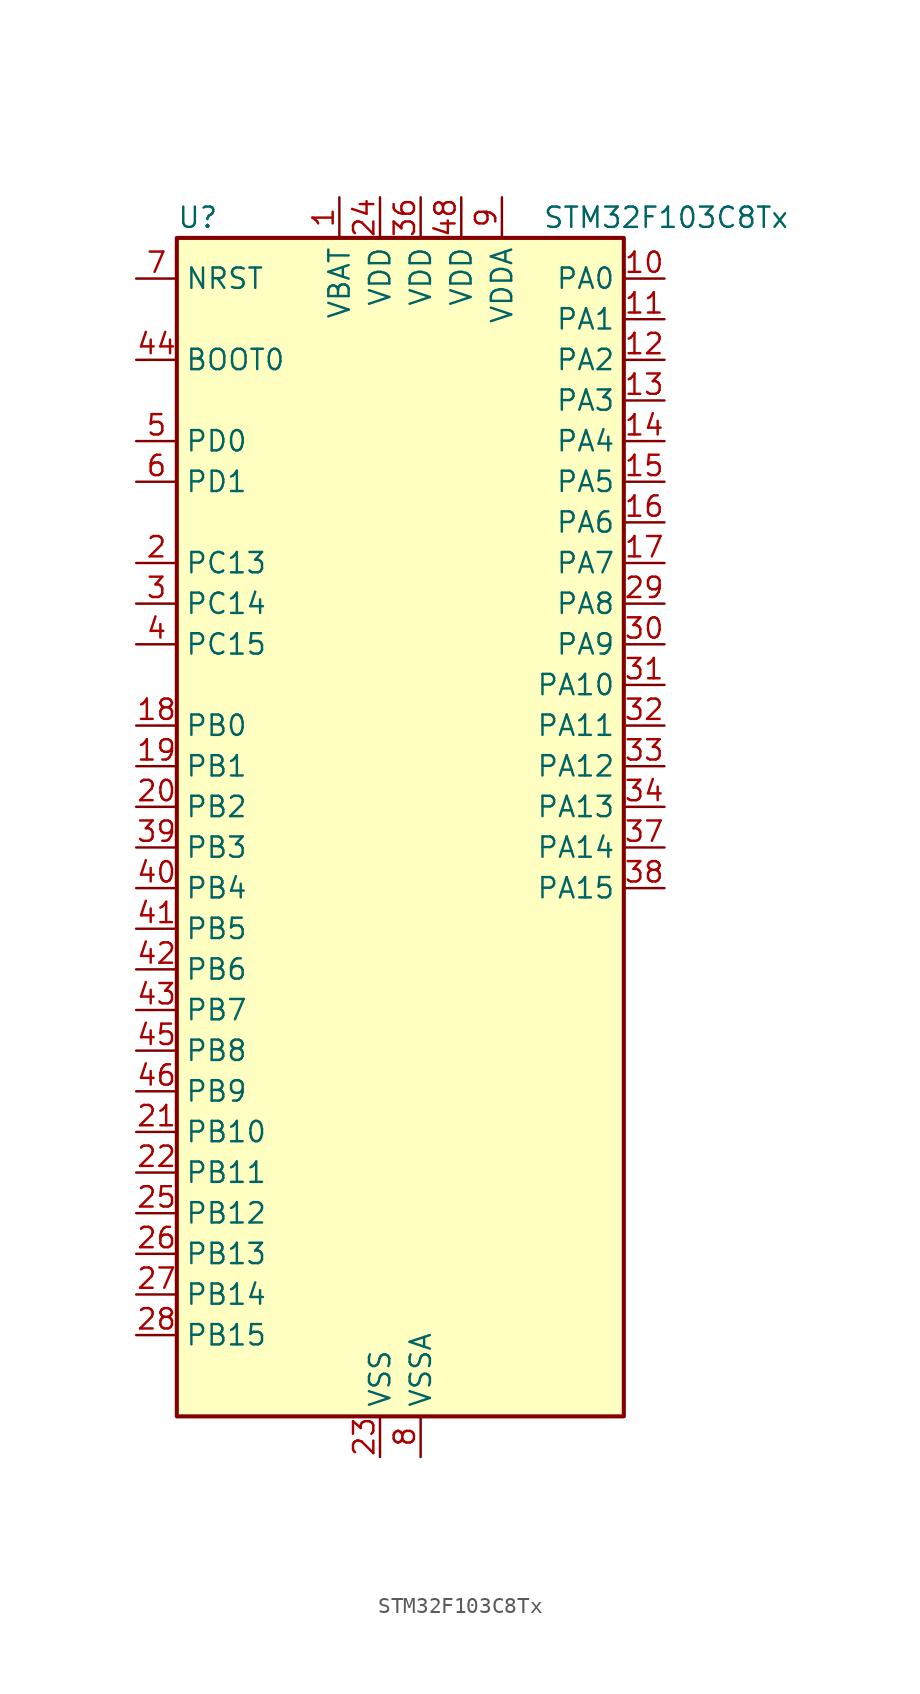
<source format=kicad_sym>
(kicad_symbol_lib
  (version 20231120)
  (generator "kicad_symbol_editor")
  (generator_version "8.0")
  (symbol "STM32F103C8Tx"
    (property "Reference" "U"
      (at -12.7 39.37 0)
      (effects (font (size 1.27 1.27)) (justify left)))
    (property "Value" "STM32F103C8Tx"
      (at 10.16 39.37 0)
      (effects (font (size 1.27 1.27)) (justify left)))
    (property "ki_locked" ""
      (at 0 0 0)
      (effects (font (size 1.27 1.27))))
    (symbol "STM32F103C8Tx_0_1"
      (rectangle (start -12.7 -35.56) (end 15.24 38.1) (stroke (width 0.254) (type default)) (fill (type background))))
    (symbol "STM32F103C8Tx_1_1"
      (pin power_in line (at -2.54 40.64 270) (length 2.54) (name "VBAT" (effects (font (size 1.27 1.27)))) (number "1" (effects (font (size 1.27 1.27)))))
      (pin bidirectional line (at 17.78 35.56 180) (length 2.54) (name "PA0" (effects (font (size 1.27 1.27)))) (number "10" (effects (font (size 1.27 1.27)))) (alternate "ADC1_IN0" bidirectional line) (alternate "ADC2_IN0" bidirectional line) (alternate "SYS_WKUP" bidirectional line) (alternate "TIM2_CH1" bidirectional line) (alternate "TIM2_ETR" bidirectional line) (alternate "USART2_CTS" bidirectional line))
      (pin bidirectional line (at 17.78 33.02 180) (length 2.54) (name "PA1" (effects (font (size 1.27 1.27)))) (number "11" (effects (font (size 1.27 1.27)))) (alternate "ADC1_IN1" bidirectional line) (alternate "ADC2_IN1" bidirectional line) (alternate "TIM2_CH2" bidirectional line) (alternate "USART2_RTS" bidirectional line))
      (pin bidirectional line (at 17.78 30.48 180) (length 2.54) (name "PA2" (effects (font (size 1.27 1.27)))) (number "12" (effects (font (size 1.27 1.27)))) (alternate "ADC1_IN2" bidirectional line) (alternate "ADC2_IN2" bidirectional line) (alternate "TIM2_CH3" bidirectional line) (alternate "USART2_TX" bidirectional line))
      (pin bidirectional line (at 17.78 27.94 180) (length 2.54) (name "PA3" (effects (font (size 1.27 1.27)))) (number "13" (effects (font (size 1.27 1.27)))) (alternate "ADC1_IN3" bidirectional line) (alternate "ADC2_IN3" bidirectional line) (alternate "TIM2_CH4" bidirectional line) (alternate "USART2_RX" bidirectional line))
      (pin bidirectional line (at 17.78 25.4 180) (length 2.54) (name "PA4" (effects (font (size 1.27 1.27)))) (number "14" (effects (font (size 1.27 1.27)))) (alternate "ADC1_IN4" bidirectional line) (alternate "ADC2_IN4" bidirectional line) (alternate "SPI1_NSS" bidirectional line) (alternate "USART2_CK" bidirectional line))
      (pin bidirectional line (at 17.78 22.86 180) (length 2.54) (name "PA5" (effects (font (size 1.27 1.27)))) (number "15" (effects (font (size 1.27 1.27)))) (alternate "ADC1_IN5" bidirectional line) (alternate "ADC2_IN5" bidirectional line) (alternate "SPI1_SCK" bidirectional line))
      (pin bidirectional line (at 17.78 20.32 180) (length 2.54) (name "PA6" (effects (font (size 1.27 1.27)))) (number "16" (effects (font (size 1.27 1.27)))) (alternate "ADC1_IN6" bidirectional line) (alternate "ADC2_IN6" bidirectional line) (alternate "SPI1_MISO" bidirectional line) (alternate "TIM1_BKIN" bidirectional line) (alternate "TIM3_CH1" bidirectional line))
      (pin bidirectional line (at 17.78 17.78 180) (length 2.54) (name "PA7" (effects (font (size 1.27 1.27)))) (number "17" (effects (font (size 1.27 1.27)))) (alternate "ADC1_IN7" bidirectional line) (alternate "ADC2_IN7" bidirectional line) (alternate "SPI1_MOSI" bidirectional line) (alternate "TIM1_CH1N" bidirectional line) (alternate "TIM3_CH2" bidirectional line))
      (pin bidirectional line (at -15.24 7.62 0) (length 2.54) (name "PB0" (effects (font (size 1.27 1.27)))) (number "18" (effects (font (size 1.27 1.27)))) (alternate "ADC1_IN8" bidirectional line) (alternate "ADC2_IN8" bidirectional line) (alternate "TIM1_CH2N" bidirectional line) (alternate "TIM3_CH3" bidirectional line))
      (pin bidirectional line (at -15.24 5.08 0) (length 2.54) (name "PB1" (effects (font (size 1.27 1.27)))) (number "19" (effects (font (size 1.27 1.27)))) (alternate "ADC1_IN9" bidirectional line) (alternate "ADC2_IN9" bidirectional line) (alternate "TIM1_CH3N" bidirectional line) (alternate "TIM3_CH4" bidirectional line))
      (pin bidirectional line (at -15.24 17.78 0) (length 2.54) (name "PC13" (effects (font (size 1.27 1.27)))) (number "2" (effects (font (size 1.27 1.27)))) (alternate "RTC_OUT" bidirectional line) (alternate "RTC_TAMPER" bidirectional line))
      (pin bidirectional line (at -15.24 2.54 0) (length 2.54) (name "PB2" (effects (font (size 1.27 1.27)))) (number "20" (effects (font (size 1.27 1.27)))))
      (pin bidirectional line (at -15.24 -17.78 0) (length 2.54) (name "PB10" (effects (font (size 1.27 1.27)))) (number "21" (effects (font (size 1.27 1.27)))) (alternate "I2C2_SCL" bidirectional line) (alternate "TIM2_CH3" bidirectional line) (alternate "USART3_TX" bidirectional line))
      (pin bidirectional line (at -15.24 -20.32 0) (length 2.54) (name "PB11" (effects (font (size 1.27 1.27)))) (number "22" (effects (font (size 1.27 1.27)))) (alternate "ADC1_EXTI11" bidirectional line) (alternate "ADC2_EXTI11" bidirectional line) (alternate "I2C2_SDA" bidirectional line) (alternate "TIM2_CH4" bidirectional line) (alternate "USART3_RX" bidirectional line))
      (pin power_in line (at 0 -38.1 90) (length 2.54) (name "VSS" (effects (font (size 1.27 1.27)))) (number "23" (effects (font (size 1.27 1.27)))))
      (pin power_in line (at 0 40.64 270) (length 2.54) (name "VDD" (effects (font (size 1.27 1.27)))) (number "24" (effects (font (size 1.27 1.27)))))
      (pin bidirectional line (at -15.24 -22.86 0) (length 2.54) (name "PB12" (effects (font (size 1.27 1.27)))) (number "25" (effects (font (size 1.27 1.27)))) (alternate "I2C2_SMBA" bidirectional line) (alternate "SPI2_NSS" bidirectional line) (alternate "TIM1_BKIN" bidirectional line) (alternate "USART3_CK" bidirectional line))
      (pin bidirectional line (at -15.24 -25.4 0) (length 2.54) (name "PB13" (effects (font (size 1.27 1.27)))) (number "26" (effects (font (size 1.27 1.27)))) (alternate "SPI2_SCK" bidirectional line) (alternate "TIM1_CH1N" bidirectional line) (alternate "USART3_CTS" bidirectional line))
      (pin bidirectional line (at -15.24 -27.94 0) (length 2.54) (name "PB14" (effects (font (size 1.27 1.27)))) (number "27" (effects (font (size 1.27 1.27)))) (alternate "SPI2_MISO" bidirectional line) (alternate "TIM1_CH2N" bidirectional line) (alternate "USART3_RTS" bidirectional line))
      (pin bidirectional line (at -15.24 -30.48 0) (length 2.54) (name "PB15" (effects (font (size 1.27 1.27)))) (number "28" (effects (font (size 1.27 1.27)))) (alternate "ADC1_EXTI15" bidirectional line) (alternate "ADC2_EXTI15" bidirectional line) (alternate "SPI2_MOSI" bidirectional line) (alternate "TIM1_CH3N" bidirectional line))
      (pin bidirectional line (at 17.78 15.24 180) (length 2.54) (name "PA8" (effects (font (size 1.27 1.27)))) (number "29" (effects (font (size 1.27 1.27)))) (alternate "RCC_MCO" bidirectional line) (alternate "TIM1_CH1" bidirectional line) (alternate "USART1_CK" bidirectional line))
      (pin bidirectional line (at -15.24 15.24 0) (length 2.54) (name "PC14" (effects (font (size 1.27 1.27)))) (number "3" (effects (font (size 1.27 1.27)))) (alternate "RCC_OSC32_IN" bidirectional line))
      (pin bidirectional line (at 17.78 12.7 180) (length 2.54) (name "PA9" (effects (font (size 1.27 1.27)))) (number "30" (effects (font (size 1.27 1.27)))) (alternate "TIM1_CH2" bidirectional line) (alternate "USART1_TX" bidirectional line))
      (pin bidirectional line (at 17.78 10.16 180) (length 2.54) (name "PA10" (effects (font (size 1.27 1.27)))) (number "31" (effects (font (size 1.27 1.27)))) (alternate "TIM1_CH3" bidirectional line) (alternate "USART1_RX" bidirectional line))
      (pin bidirectional line (at 17.78 7.62 180) (length 2.54) (name "PA11" (effects (font (size 1.27 1.27)))) (number "32" (effects (font (size 1.27 1.27)))) (alternate "ADC1_EXTI11" bidirectional line) (alternate "ADC2_EXTI11" bidirectional line) (alternate "CAN_RX" bidirectional line) (alternate "TIM1_CH4" bidirectional line) (alternate "USART1_CTS" bidirectional line) (alternate "USB_DM" bidirectional line))
      (pin bidirectional line (at 17.78 5.08 180) (length 2.54) (name "PA12" (effects (font (size 1.27 1.27)))) (number "33" (effects (font (size 1.27 1.27)))) (alternate "CAN_TX" bidirectional line) (alternate "TIM1_ETR" bidirectional line) (alternate "USART1_RTS" bidirectional line) (alternate "USB_DP" bidirectional line))
      (pin bidirectional line (at 17.78 2.54 180) (length 2.54) (name "PA13" (effects (font (size 1.27 1.27)))) (number "34" (effects (font (size 1.27 1.27)))) (alternate "SYS_JTMS-SWDIO" bidirectional line))
      (pin passive line (at 0 -38.1 90) (length 2.54) hide (name "VSS" (effects (font (size 1.27 1.27)))) (number "35" (effects (font (size 1.27 1.27)))))
      (pin power_in line (at 2.54 40.64 270) (length 2.54) (name "VDD" (effects (font (size 1.27 1.27)))) (number "36" (effects (font (size 1.27 1.27)))))
      (pin bidirectional line (at 17.78 0 180) (length 2.54) (name "PA14" (effects (font (size 1.27 1.27)))) (number "37" (effects (font (size 1.27 1.27)))) (alternate "SYS_JTCK-SWCLK" bidirectional line))
      (pin bidirectional line (at 17.78 -2.54 180) (length 2.54) (name "PA15" (effects (font (size 1.27 1.27)))) (number "38" (effects (font (size 1.27 1.27)))) (alternate "ADC1_EXTI15" bidirectional line) (alternate "ADC2_EXTI15" bidirectional line) (alternate "SPI1_NSS" bidirectional line) (alternate "SYS_JTDI" bidirectional line) (alternate "TIM2_CH1" bidirectional line) (alternate "TIM2_ETR" bidirectional line))
      (pin bidirectional line (at -15.24 0 0) (length 2.54) (name "PB3" (effects (font (size 1.27 1.27)))) (number "39" (effects (font (size 1.27 1.27)))) (alternate "SPI1_SCK" bidirectional line) (alternate "SYS_JTDO-TRACESWO" bidirectional line) (alternate "TIM2_CH2" bidirectional line))
      (pin bidirectional line (at -15.24 12.7 0) (length 2.54) (name "PC15" (effects (font (size 1.27 1.27)))) (number "4" (effects (font (size 1.27 1.27)))) (alternate "ADC1_EXTI15" bidirectional line) (alternate "ADC2_EXTI15" bidirectional line) (alternate "RCC_OSC32_OUT" bidirectional line))
      (pin bidirectional line (at -15.24 -2.54 0) (length 2.54) (name "PB4" (effects (font (size 1.27 1.27)))) (number "40" (effects (font (size 1.27 1.27)))) (alternate "SPI1_MISO" bidirectional line) (alternate "SYS_NJTRST" bidirectional line) (alternate "TIM3_CH1" bidirectional line))
      (pin bidirectional line (at -15.24 -5.08 0) (length 2.54) (name "PB5" (effects (font (size 1.27 1.27)))) (number "41" (effects (font (size 1.27 1.27)))) (alternate "I2C1_SMBA" bidirectional line) (alternate "SPI1_MOSI" bidirectional line) (alternate "TIM3_CH2" bidirectional line))
      (pin bidirectional line (at -15.24 -7.62 0) (length 2.54) (name "PB6" (effects (font (size 1.27 1.27)))) (number "42" (effects (font (size 1.27 1.27)))) (alternate "I2C1_SCL" bidirectional line) (alternate "TIM4_CH1" bidirectional line) (alternate "USART1_TX" bidirectional line))
      (pin bidirectional line (at -15.24 -10.16 0) (length 2.54) (name "PB7" (effects (font (size 1.27 1.27)))) (number "43" (effects (font (size 1.27 1.27)))) (alternate "I2C1_SDA" bidirectional line) (alternate "TIM4_CH2" bidirectional line) (alternate "USART1_RX" bidirectional line))
      (pin input line (at -15.24 30.48 0) (length 2.54) (name "BOOT0" (effects (font (size 1.27 1.27)))) (number "44" (effects (font (size 1.27 1.27)))))
      (pin bidirectional line (at -15.24 -12.7 0) (length 2.54) (name "PB8" (effects (font (size 1.27 1.27)))) (number "45" (effects (font (size 1.27 1.27)))) (alternate "CAN_RX" bidirectional line) (alternate "I2C1_SCL" bidirectional line) (alternate "TIM4_CH3" bidirectional line))
      (pin bidirectional line (at -15.24 -15.24 0) (length 2.54) (name "PB9" (effects (font (size 1.27 1.27)))) (number "46" (effects (font (size 1.27 1.27)))) (alternate "CAN_TX" bidirectional line) (alternate "I2C1_SDA" bidirectional line) (alternate "TIM4_CH4" bidirectional line))
      (pin passive line (at 0 -38.1 90) (length 2.54) hide (name "VSS" (effects (font (size 1.27 1.27)))) (number "47" (effects (font (size 1.27 1.27)))))
      (pin power_in line (at 5.08 40.64 270) (length 2.54) (name "VDD" (effects (font (size 1.27 1.27)))) (number "48" (effects (font (size 1.27 1.27)))))
      (pin bidirectional line (at -15.24 25.4 0) (length 2.54) (name "PD0" (effects (font (size 1.27 1.27)))) (number "5" (effects (font (size 1.27 1.27)))) (alternate "RCC_OSC_IN" bidirectional line))
      (pin bidirectional line (at -15.24 22.86 0) (length 2.54) (name "PD1" (effects (font (size 1.27 1.27)))) (number "6" (effects (font (size 1.27 1.27)))) (alternate "RCC_OSC_OUT" bidirectional line))
      (pin input line (at -15.24 35.56 0) (length 2.54) (name "NRST" (effects (font (size 1.27 1.27)))) (number "7" (effects (font (size 1.27 1.27)))))
      (pin power_in line (at 2.54 -38.1 90) (length 2.54) (name "VSSA" (effects (font (size 1.27 1.27)))) (number "8" (effects (font (size 1.27 1.27)))))
      (pin power_in line (at 7.62 40.64 270) (length 2.54) (name "VDDA" (effects (font (size 1.27 1.27)))) (number "9" (effects (font (size 1.27 1.27))))))))
</source>
